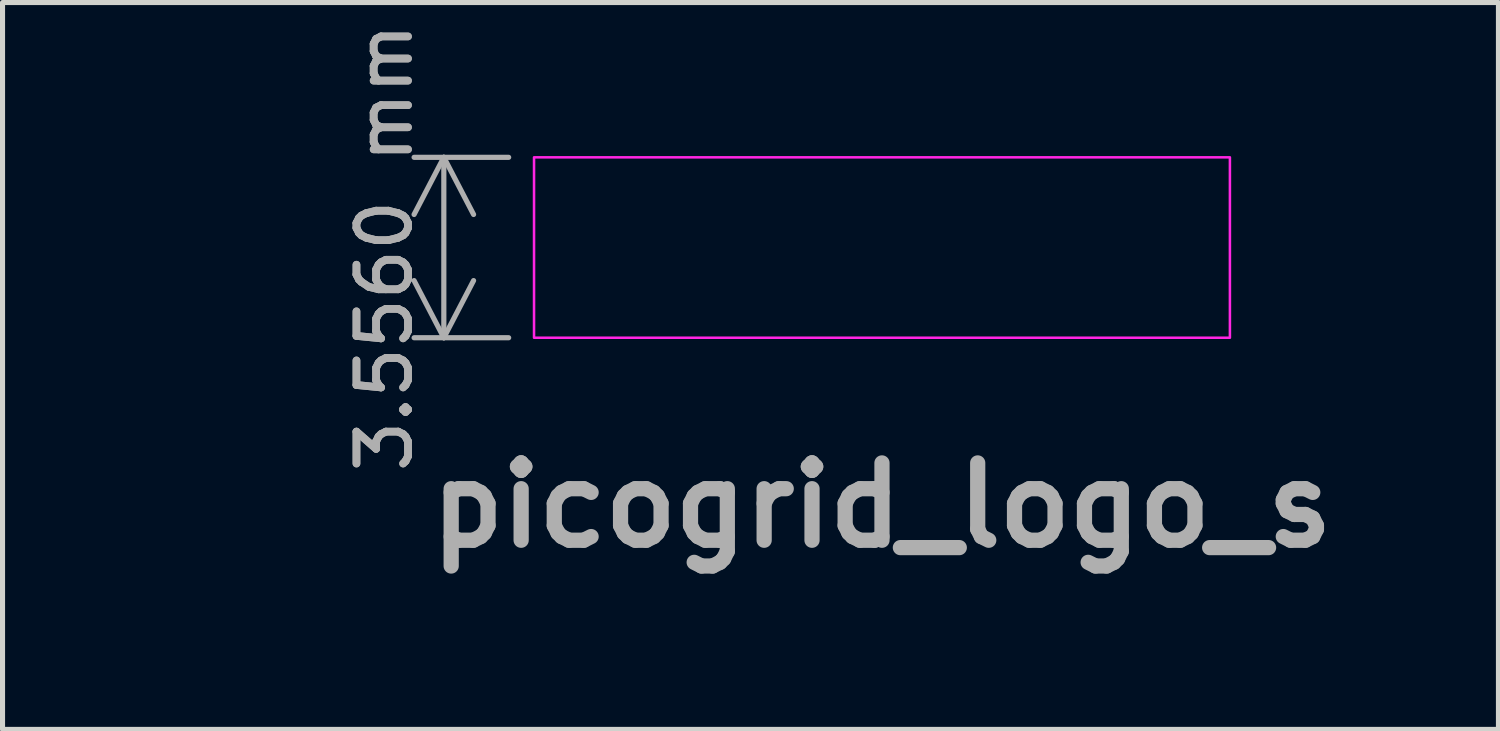
<source format=kicad_pcb>
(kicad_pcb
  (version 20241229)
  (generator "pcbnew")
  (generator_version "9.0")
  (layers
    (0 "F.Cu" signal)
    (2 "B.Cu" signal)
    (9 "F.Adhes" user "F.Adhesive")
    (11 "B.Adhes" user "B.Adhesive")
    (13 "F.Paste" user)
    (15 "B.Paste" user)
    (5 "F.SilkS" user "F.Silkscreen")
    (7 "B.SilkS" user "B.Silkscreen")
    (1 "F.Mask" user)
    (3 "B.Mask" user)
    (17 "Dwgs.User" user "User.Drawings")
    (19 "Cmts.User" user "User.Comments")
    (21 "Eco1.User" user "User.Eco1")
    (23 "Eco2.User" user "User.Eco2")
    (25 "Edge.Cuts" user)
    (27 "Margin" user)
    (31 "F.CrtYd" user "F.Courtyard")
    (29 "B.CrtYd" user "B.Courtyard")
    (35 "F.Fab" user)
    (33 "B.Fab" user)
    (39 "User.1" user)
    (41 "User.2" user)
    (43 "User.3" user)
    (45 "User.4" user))
  (footprint "picogrid_logo_s"
    (layer "F.Cu")
    (at 14.334 1.829)
    (property "Reference" "picogrid_logo_s" (at 0 5.08 0) (layer "F.Fab") (effects (font (size 1.524 1.524) (thickness 0.3))))
    (attr board_only exclude_from_pos_files exclude_from_bom)
    (fp_poly (pts (xy -0.772 0) (xy -0.772 0.635) (xy -0.995 0.635) (xy -1.217 0.635) (xy -1.217 0) (xy -1.217 -0.635) (xy -0.995 -0.635) (xy -0.772 -0.635)) (stroke (width 0) (type solid)) (fill yes) (layer "F.Mask"))
    (fp_poly (pts (xy 5.151 -0.006) (xy 5.151 0.63) (xy 4.927 0.63) (xy 4.703 0.63) (xy 4.703 -0.006) (xy 4.703 -0.641) (xy 4.927 -0.641) (xy 5.151 -0.641)) (stroke (width 0) (type solid)) (fill yes) (layer "F.Mask"))
    (fp_poly (pts (xy -0.967 -1.247) (xy -0.925 -1.242) (xy -0.886 -1.232) (xy -0.851 -1.219) (xy -0.819 -1.2) (xy -0.79 -1.177) (xy -0.777 -1.164) (xy -0.757 -1.138) (xy -0.741 -1.11) (xy -0.73 -1.08) (xy -0.724 -1.048) (xy -0.722 -1.016) (xy -0.724 -0.983) (xy -0.731 -0.951) (xy -0.742 -0.92) (xy -0.757 -0.89) (xy -0.777 -0.863) (xy -0.787 -0.852) (xy -0.813 -0.83) (xy -0.843 -0.81) (xy -0.875 -0.795) (xy -0.909 -0.783) (xy -0.91 -0.783) (xy -0.924 -0.78) (xy -0.943 -0.778) (xy -0.964 -0.777) (xy -0.987 -0.776) (xy -1.01 -0.776) (xy -1.031 -0.776) (xy -1.05 -0.778) (xy -1.061 -0.779) (xy -1.098 -0.789) (xy -1.132 -0.802) (xy -1.163 -0.82) (xy -1.19 -0.841) (xy -1.214 -0.865) (xy -1.233 -0.892) (xy -1.249 -0.922) (xy -1.26 -0.954) (xy -1.265 -0.987) (xy -1.266 -1.022) (xy -1.265 -1.038) (xy -1.258 -1.073) (xy -1.246 -1.106) (xy -1.23 -1.136) (xy -1.208 -1.163) (xy -1.181 -1.188) (xy -1.161 -1.203) (xy -1.132 -1.22) (xy -1.1 -1.232) (xy -1.066 -1.241) (xy -1.028 -1.246) (xy -1.011 -1.247)) (stroke (width 0) (type solid)) (fill yes) (layer "F.Mask"))
    (fp_poly (pts (xy 4.941 -1.253) (xy 4.979 -1.25) (xy 5.012 -1.245) (xy 5.042 -1.236) (xy 5.07 -1.225) (xy 5.096 -1.21) (xy 5.097 -1.209) (xy 5.126 -1.187) (xy 5.151 -1.161) (xy 5.171 -1.133) (xy 5.186 -1.102) (xy 5.19 -1.092) (xy 5.193 -1.083) (xy 5.194 -1.075) (xy 5.196 -1.067) (xy 5.197 -1.057) (xy 5.197 -1.045) (xy 5.197 -1.028) (xy 5.197 -1.024) (xy 5.197 -1.002) (xy 5.196 -0.984) (xy 5.194 -0.968) (xy 5.191 -0.954) (xy 5.186 -0.94) (xy 5.179 -0.925) (xy 5.176 -0.919) (xy 5.158 -0.888) (xy 5.136 -0.861) (xy 5.11 -0.837) (xy 5.081 -0.817) (xy 5.048 -0.801) (xy 5.012 -0.79) (xy 4.99 -0.785) (xy 4.974 -0.783) (xy 4.955 -0.782) (xy 4.933 -0.781) (xy 4.911 -0.781) (xy 4.89 -0.782) (xy 4.873 -0.783) (xy 4.864 -0.785) (xy 4.829 -0.793) (xy 4.797 -0.804) (xy 4.769 -0.819) (xy 4.743 -0.837) (xy 4.725 -0.853) (xy 4.701 -0.879) (xy 4.683 -0.905) (xy 4.67 -0.933) (xy 4.661 -0.963) (xy 4.657 -0.997) (xy 4.656 -1.017) (xy 4.658 -1.054) (xy 4.665 -1.087) (xy 4.678 -1.118) (xy 4.695 -1.147) (xy 4.717 -1.174) (xy 4.725 -1.181) (xy 4.753 -1.204) (xy 4.783 -1.223) (xy 4.816 -1.237) (xy 4.851 -1.246) (xy 4.89 -1.252) (xy 4.933 -1.253)) (stroke (width 0) (type solid)) (fill yes) (layer "F.Mask"))
    (fp_poly (pts (xy 4.622 -0.46) (xy 4.622 -0.259) (xy 4.609 -0.261) (xy 4.602 -0.262) (xy 4.591 -0.263) (xy 4.576 -0.263) (xy 4.559 -0.264) (xy 4.541 -0.265) (xy 4.54 -0.265) (xy 4.517 -0.265) (xy 4.498 -0.265) (xy 4.482 -0.265) (xy 4.469 -0.264) (xy 4.456 -0.262) (xy 4.456 -0.262) (xy 4.416 -0.254) (xy 4.378 -0.241) (xy 4.345 -0.224) (xy 4.315 -0.204) (xy 4.289 -0.18) (xy 4.267 -0.152) (xy 4.252 -0.127) (xy 4.244 -0.109) (xy 4.236 -0.087) (xy 4.229 -0.064) (xy 4.224 -0.041) (xy 4.223 -0.036) (xy 4.222 -0.032) (xy 4.222 -0.027) (xy 4.221 -0.021) (xy 4.22 -0.014) (xy 4.22 -0.006) (xy 4.22 0.005) (xy 4.219 0.017) (xy 4.219 0.032) (xy 4.219 0.05) (xy 4.218 0.07) (xy 4.218 0.095) (xy 4.218 0.123) (xy 4.218 0.155) (xy 4.218 0.191) (xy 4.217 0.232) (xy 4.217 0.279) (xy 4.217 0.31) (xy 4.216 0.63) (xy 3.994 0.63) (xy 3.772 0.63) (xy 3.772 -0.006) (xy 3.772 -0.641) (xy 3.984 -0.641) (xy 4.197 -0.641) (xy 4.197 -0.567) (xy 4.197 -0.493) (xy 4.228 -0.525) (xy 4.261 -0.554) (xy 4.295 -0.579) (xy 4.331 -0.6) (xy 4.371 -0.618) (xy 4.382 -0.622) (xy 4.433 -0.639) (xy 4.488 -0.65) (xy 4.544 -0.658) (xy 4.577 -0.659) (xy 4.622 -0.661)) (stroke (width 0) (type solid)) (fill yes) (layer "F.Mask"))
    (fp_poly (pts (xy -1.933 -0.654) (xy -1.91 -0.653) (xy -1.895 -0.652) (xy -1.838 -0.643) (xy -1.783 -0.629) (xy -1.729 -0.61) (xy -1.678 -0.587) (xy -1.63 -0.559) (xy -1.584 -0.527) (xy -1.542 -0.491) (xy -1.504 -0.451) (xy -1.493 -0.438) (xy -1.459 -0.392) (xy -1.43 -0.345) (xy -1.405 -0.295) (xy -1.385 -0.244) (xy -1.369 -0.189) (xy -1.358 -0.132) (xy -1.35 -0.071) (xy -1.348 -0.049) (xy -1.347 0.015) (xy -1.35 0.077) (xy -1.358 0.138) (xy -1.371 0.197) (xy -1.388 0.253) (xy -1.411 0.307) (xy -1.416 0.318) (xy -1.444 0.37) (xy -1.476 0.418) (xy -1.512 0.462) (xy -1.552 0.501) (xy -1.596 0.537) (xy -1.643 0.569) (xy -1.687 0.593) (xy -1.734 0.614) (xy -1.783 0.63) (xy -1.833 0.643) (xy -1.883 0.652) (xy -1.934 0.656) (xy -1.984 0.657) (xy -2.034 0.654) (xy -2.082 0.647) (xy -2.129 0.636) (xy -2.173 0.622) (xy -2.215 0.603) (xy -2.254 0.581) (xy -2.289 0.556) (xy -2.303 0.544) (xy -2.322 0.526) (xy -2.323 0.808) (xy -2.324 1.09) (xy -2.547 1.091) (xy -2.77 1.091) (xy -2.77 0.228) (xy -2.77 -0.013) (xy -2.33 -0.013) (xy -2.329 0.028) (xy -2.325 0.068) (xy -2.316 0.107) (xy -2.304 0.143) (xy -2.299 0.156) (xy -2.28 0.189) (xy -2.257 0.218) (xy -2.231 0.244) (xy -2.201 0.265) (xy -2.169 0.282) (xy -2.134 0.294) (xy -2.108 0.299) (xy -2.093 0.301) (xy -2.074 0.301) (xy -2.053 0.301) (xy -2.032 0.299) (xy -2.012 0.297) (xy -1.996 0.294) (xy -1.995 0.294) (xy -1.963 0.284) (xy -1.934 0.27) (xy -1.906 0.251) (xy -1.885 0.232) (xy -1.862 0.208) (xy -1.843 0.183) (xy -1.828 0.155) (xy -1.816 0.123) (xy -1.808 0.097) (xy -1.805 0.077) (xy -1.802 0.054) (xy -1.8 0.028) (xy -1.799 0.001) (xy -1.799 -0.025) (xy -1.801 -0.049) (xy -1.803 -0.068) (xy -1.812 -0.108) (xy -1.826 -0.146) (xy -1.843 -0.18) (xy -1.864 -0.21) (xy -1.889 -0.236) (xy -1.918 -0.258) (xy -1.95 -0.276) (xy -1.985 -0.29) (xy -1.995 -0.293) (xy -2.003 -0.295) (xy -2.011 -0.296) (xy -2.02 -0.297) (xy -2.032 -0.298) (xy -2.047 -0.298) (xy -2.062 -0.298) (xy -2.085 -0.298) (xy -2.105 -0.297) (xy -2.121 -0.295) (xy -2.135 -0.292) (xy -2.148 -0.288) (xy -2.163 -0.283) (xy -2.176 -0.277) (xy -2.209 -0.259) (xy -2.238 -0.236) (xy -2.264 -0.21) (xy -2.285 -0.18) (xy -2.303 -0.146) (xy -2.308 -0.132) (xy -2.32 -0.094) (xy -2.327 -0.054) (xy -2.33 -0.013) (xy -2.77 -0.013) (xy -2.77 -0.635) (xy -2.557 -0.635) (xy -2.345 -0.635) (xy -2.345 -0.573) (xy -2.345 -0.511) (xy -2.318 -0.537) (xy -2.283 -0.566) (xy -2.245 -0.592) (xy -2.204 -0.613) (xy -2.159 -0.63) (xy -2.11 -0.642) (xy -2.058 -0.65) (xy -2.058 -0.65) (xy -2.037 -0.652) (xy -2.012 -0.654) (xy -1.986 -0.654) (xy -1.959 -0.655)) (stroke (width 0) (type solid)) (fill yes) (layer "F.Mask"))
    (fp_poly (pts (xy 6.712 -0.239) (xy 6.712 0.63) (xy 6.5 0.63) (xy 6.287 0.63) (xy 6.287 0.568) (xy 6.287 0.506) (xy 6.26 0.532) (xy 6.226 0.561) (xy 6.189 0.586) (xy 6.15 0.607) (xy 6.106 0.624) (xy 6.059 0.636) (xy 6.008 0.645) (xy 6.002 0.646) (xy 5.99 0.647) (xy 5.974 0.648) (xy 5.955 0.649) (xy 5.936 0.65) (xy 5.916 0.651) (xy 5.897 0.651) (xy 5.882 0.651) (xy 5.87 0.65) (xy 5.869 0.65) (xy 5.808 0.643) (xy 5.75 0.631) (xy 5.694 0.614) (xy 5.641 0.592) (xy 5.591 0.566) (xy 5.568 0.552) (xy 5.522 0.518) (xy 5.479 0.481) (xy 5.44 0.439) (xy 5.405 0.393) (xy 5.374 0.343) (xy 5.352 0.3) (xy 5.331 0.25) (xy 5.315 0.197) (xy 5.302 0.141) (xy 5.294 0.084) (xy 5.289 0.025) (xy 5.289 -0.012) (xy 5.742 -0.012) (xy 5.743 0.028) (xy 5.749 0.067) (xy 5.757 0.105) (xy 5.77 0.141) (xy 5.786 0.173) (xy 5.792 0.183) (xy 5.804 0.2) (xy 5.819 0.217) (xy 5.836 0.233) (xy 5.852 0.247) (xy 5.861 0.253) (xy 5.892 0.271) (xy 5.927 0.284) (xy 5.963 0.293) (xy 6 0.296) (xy 6.037 0.295) (xy 6.045 0.294) (xy 6.082 0.286) (xy 6.114 0.275) (xy 6.145 0.259) (xy 6.172 0.239) (xy 6.189 0.223) (xy 6.213 0.197) (xy 6.232 0.167) (xy 6.247 0.135) (xy 6.259 0.1) (xy 6.267 0.06) (xy 6.271 0.029) (xy 6.272 -0.012) (xy 6.27 -0.053) (xy 6.264 -0.092) (xy 6.254 -0.129) (xy 6.241 -0.163) (xy 6.225 -0.193) (xy 6.224 -0.194) (xy 6.215 -0.207) (xy 6.203 -0.22) (xy 6.19 -0.234) (xy 6.175 -0.248) (xy 6.162 -0.259) (xy 6.15 -0.267) (xy 6.149 -0.268) (xy 6.127 -0.28) (xy 6.102 -0.29) (xy 6.079 -0.298) (xy 6.067 -0.301) (xy 6.049 -0.304) (xy 6.027 -0.305) (xy 6.003 -0.305) (xy 5.98 -0.305) (xy 5.959 -0.302) (xy 5.95 -0.301) (xy 5.913 -0.29) (xy 5.879 -0.275) (xy 5.849 -0.256) (xy 5.822 -0.232) (xy 5.798 -0.203) (xy 5.778 -0.171) (xy 5.774 -0.163) (xy 5.761 -0.129) (xy 5.751 -0.091) (xy 5.744 -0.052) (xy 5.742 -0.012) (xy 5.289 -0.012) (xy 5.289 -0.034) (xy 5.293 -0.094) (xy 5.302 -0.152) (xy 5.314 -0.209) (xy 5.329 -0.258) (xy 5.343 -0.294) (xy 5.361 -0.331) (xy 5.382 -0.369) (xy 5.404 -0.405) (xy 5.428 -0.438) (xy 5.43 -0.44) (xy 5.446 -0.459) (xy 5.465 -0.479) (xy 5.485 -0.499) (xy 5.507 -0.518) (xy 5.527 -0.534) (xy 5.53 -0.537) (xy 5.578 -0.57) (xy 5.629 -0.598) (xy 5.681 -0.62) (xy 5.737 -0.638) (xy 5.795 -0.651) (xy 5.826 -0.656) (xy 5.847 -0.658) (xy 5.871 -0.659) (xy 5.897 -0.66) (xy 5.925 -0.66) (xy 5.952 -0.66) (xy 5.977 -0.659) (xy 5.998 -0.657) (xy 6.002 -0.656) (xy 6.053 -0.647) (xy 6.101 -0.634) (xy 6.145 -0.617) (xy 6.186 -0.595) (xy 6.224 -0.568) (xy 6.244 -0.552) (xy 6.265 -0.534) (xy 6.265 -0.821) (xy 6.265 -1.108) (xy 6.489 -1.108) (xy 6.712 -1.108)) (stroke (width 0) (type solid)) (fill yes) (layer "F.Mask"))
    (fp_poly (pts (xy 1.439 -0.654) (xy 1.482 -0.652) (xy 1.521 -0.65) (xy 1.557 -0.645) (xy 1.591 -0.639) (xy 1.625 -0.631) (xy 1.661 -0.621) (xy 1.684 -0.614) (xy 1.74 -0.593) (xy 1.793 -0.568) (xy 1.843 -0.539) (xy 1.89 -0.507) (xy 1.933 -0.471) (xy 1.972 -0.432) (xy 1.993 -0.407) (xy 2.028 -0.36) (xy 2.058 -0.311) (xy 2.082 -0.259) (xy 2.102 -0.206) (xy 2.111 -0.172) (xy 2.117 -0.146) (xy 2.122 -0.123) (xy 2.126 -0.1) (xy 2.128 -0.077) (xy 2.13 -0.053) (xy 2.13 -0.025) (xy 2.13 -0.001) (xy 2.13 0.03) (xy 2.129 0.056) (xy 2.128 0.08) (xy 2.125 0.103) (xy 2.121 0.126) (xy 2.116 0.15) (xy 2.111 0.169) (xy 2.094 0.225) (xy 2.072 0.279) (xy 2.046 0.33) (xy 2.014 0.378) (xy 1.978 0.423) (xy 1.938 0.465) (xy 1.893 0.504) (xy 1.862 0.527) (xy 1.811 0.559) (xy 1.757 0.586) (xy 1.7 0.609) (xy 1.64 0.628) (xy 1.578 0.642) (xy 1.514 0.652) (xy 1.448 0.657) (xy 1.381 0.657) (xy 1.343 0.654) (xy 1.279 0.647) (xy 1.217 0.635) (xy 1.157 0.618) (xy 1.099 0.596) (xy 1.044 0.571) (xy 0.992 0.541) (xy 0.943 0.507) (xy 0.898 0.469) (xy 0.88 0.452) (xy 0.841 0.409) (xy 0.806 0.363) (xy 0.776 0.314) (xy 0.75 0.261) (xy 0.73 0.207) (xy 0.714 0.149) (xy 0.703 0.09) (xy 0.702 0.083) (xy 0.701 0.067) (xy 0.699 0.047) (xy 0.699 0.024) (xy 0.699 -0.000258) (xy 0.699 -0.019) (xy 1.149 -0.019) (xy 1.149 0.021) (xy 1.153 0.061) (xy 1.161 0.099) (xy 1.171 0.135) (xy 1.185 0.168) (xy 1.194 0.183) (xy 1.203 0.196) (xy 1.216 0.212) (xy 1.231 0.228) (xy 1.246 0.242) (xy 1.261 0.254) (xy 1.264 0.256) (xy 1.289 0.272) (xy 1.318 0.285) (xy 1.349 0.295) (xy 1.378 0.3) (xy 1.393 0.301) (xy 1.411 0.302) (xy 1.431 0.301) (xy 1.449 0.3) (xy 1.462 0.298) (xy 1.499 0.289) (xy 1.533 0.276) (xy 1.564 0.258) (xy 1.591 0.236) (xy 1.616 0.21) (xy 1.637 0.179) (xy 1.654 0.146) (xy 1.667 0.109) (xy 1.674 0.075) (xy 1.679 0.033) (xy 1.681 -0.009) (xy 1.678 -0.051) (xy 1.672 -0.091) (xy 1.669 -0.103) (xy 1.657 -0.139) (xy 1.641 -0.173) (xy 1.62 -0.203) (xy 1.596 -0.23) (xy 1.569 -0.253) (xy 1.539 -0.272) (xy 1.506 -0.286) (xy 1.489 -0.291) (xy 1.474 -0.295) (xy 1.454 -0.297) (xy 1.432 -0.299) (xy 1.41 -0.299) (xy 1.389 -0.299) (xy 1.371 -0.297) (xy 1.366 -0.297) (xy 1.331 -0.288) (xy 1.297 -0.275) (xy 1.266 -0.257) (xy 1.237 -0.234) (xy 1.213 -0.208) (xy 1.191 -0.178) (xy 1.175 -0.145) (xy 1.17 -0.133) (xy 1.159 -0.097) (xy 1.152 -0.058) (xy 1.149 -0.019) (xy 0.699 -0.019) (xy 0.699 -0.024) (xy 0.699 -0.047) (xy 0.7 -0.067) (xy 0.702 -0.083) (xy 0.702 -0.085) (xy 0.712 -0.144) (xy 0.728 -0.202) (xy 0.748 -0.256) (xy 0.773 -0.309) (xy 0.802 -0.358) (xy 0.836 -0.404) (xy 0.874 -0.446) (xy 0.915 -0.486) (xy 0.961 -0.522) (xy 1.011 -0.553) (xy 1.064 -0.581) (xy 1.12 -0.605) (xy 1.179 -0.625) (xy 1.193 -0.628) (xy 1.23 -0.637) (xy 1.267 -0.644) (xy 1.304 -0.649) (xy 1.342 -0.653) (xy 1.383 -0.654) (xy 1.427 -0.654)) (stroke (width 0) (type solid)) (fill yes) (layer "F.Mask"))
    (fp_poly (pts (xy 0.116 -0.653) (xy 0.145 -0.653) (xy 0.168 -0.652) (xy 0.186 -0.651) (xy 0.199 -0.65) (xy 0.261 -0.639) (xy 0.319 -0.624) (xy 0.374 -0.605) (xy 0.425 -0.582) (xy 0.474 -0.554) (xy 0.518 -0.524) (xy 0.536 -0.509) (xy 0.557 -0.49) (xy 0.578 -0.469) (xy 0.598 -0.448) (xy 0.615 -0.427) (xy 0.625 -0.414) (xy 0.632 -0.403) (xy 0.64 -0.39) (xy 0.649 -0.375) (xy 0.657 -0.36) (xy 0.665 -0.346) (xy 0.671 -0.332) (xy 0.677 -0.32) (xy 0.68 -0.312) (xy 0.681 -0.306) (xy 0.681 -0.305) (xy 0.678 -0.304) (xy 0.671 -0.299) (xy 0.659 -0.293) (xy 0.644 -0.286) (xy 0.626 -0.277) (xy 0.606 -0.266) (xy 0.584 -0.255) (xy 0.56 -0.242) (xy 0.535 -0.23) (xy 0.51 -0.217) (xy 0.484 -0.204) (xy 0.46 -0.191) (xy 0.436 -0.179) (xy 0.413 -0.168) (xy 0.393 -0.158) (xy 0.375 -0.149) (xy 0.361 -0.142) (xy 0.349 -0.136) (xy 0.342 -0.133) (xy 0.339 -0.132) (xy 0.337 -0.134) (xy 0.332 -0.14) (xy 0.327 -0.148) (xy 0.326 -0.15) (xy 0.305 -0.184) (xy 0.281 -0.214) (xy 0.254 -0.24) (xy 0.224 -0.262) (xy 0.203 -0.274) (xy 0.186 -0.282) (xy 0.171 -0.288) (xy 0.156 -0.292) (xy 0.14 -0.295) (xy 0.123 -0.297) (xy 0.101 -0.298) (xy 0.083 -0.298) (xy 0.064 -0.298) (xy 0.049 -0.297) (xy 0.038 -0.297) (xy 0.029 -0.296) (xy 0.021 -0.295) (xy 0.013 -0.293) (xy 0.005 -0.29) (xy -0.026 -0.279) (xy -0.053 -0.266) (xy -0.078 -0.251) (xy -0.1 -0.232) (xy -0.109 -0.224) (xy -0.133 -0.196) (xy -0.154 -0.164) (xy -0.169 -0.13) (xy -0.181 -0.092) (xy -0.188 -0.051) (xy -0.19 -0.006) (xy -0.19 -0.002) (xy -0.189 0.034) (xy -0.184 0.07) (xy -0.177 0.104) (xy -0.167 0.135) (xy -0.155 0.162) (xy -0.152 0.167) (xy -0.132 0.198) (xy -0.107 0.226) (xy -0.079 0.25) (xy -0.047 0.27) (xy -0.013 0.285) (xy 0.015 0.294) (xy 0.033 0.297) (xy 0.054 0.3) (xy 0.076 0.301) (xy 0.099 0.301) (xy 0.121 0.3) (xy 0.139 0.297) (xy 0.147 0.296) (xy 0.183 0.284) (xy 0.217 0.267) (xy 0.249 0.246) (xy 0.277 0.219) (xy 0.303 0.188) (xy 0.323 0.157) (xy 0.329 0.146) (xy 0.334 0.138) (xy 0.337 0.133) (xy 0.337 0.132) (xy 0.34 0.133) (xy 0.347 0.136) (xy 0.358 0.142) (xy 0.372 0.149) (xy 0.39 0.158) (xy 0.41 0.168) (xy 0.432 0.179) (xy 0.456 0.191) (xy 0.481 0.204) (xy 0.506 0.216) (xy 0.531 0.229) (xy 0.556 0.242) (xy 0.58 0.254) (xy 0.603 0.266) (xy 0.624 0.276) (xy 0.642 0.286) (xy 0.658 0.294) (xy 0.67 0.3) (xy 0.678 0.304) (xy 0.682 0.307) (xy 0.682 0.307) (xy 0.682 0.31) (xy 0.68 0.317) (xy 0.675 0.327) (xy 0.669 0.339) (xy 0.663 0.352) (xy 0.655 0.366) (xy 0.648 0.378) (xy 0.647 0.38) (xy 0.62 0.421) (xy 0.591 0.458) (xy 0.558 0.492) (xy 0.521 0.523) (xy 0.484 0.549) (xy 0.436 0.578) (xy 0.386 0.602) (xy 0.332 0.621) (xy 0.275 0.637) (xy 0.215 0.648) (xy 0.197 0.651) (xy 0.18 0.652) (xy 0.158 0.654) (xy 0.133 0.655) (xy 0.107 0.656) (xy 0.08 0.656) (xy 0.055 0.656) (xy 0.033 0.656) (xy 0.014 0.655) (xy 0.013 0.655) (xy -0.055 0.646) (xy -0.121 0.634) (xy -0.184 0.616) (xy -0.243 0.594) (xy -0.3 0.567) (xy -0.354 0.536) (xy -0.404 0.5) (xy -0.413 0.493) (xy -0.455 0.456) (xy -0.494 0.414) (xy -0.529 0.369) (xy -0.559 0.32) (xy -0.585 0.269) (xy -0.606 0.216) (xy -0.623 0.161) (xy -0.625 0.15) (xy -0.632 0.118) (xy -0.636 0.086) (xy -0.639 0.053) (xy -0.64 0.018) (xy -0.64 -0.021) (xy -0.637 -0.074) (xy -0.631 -0.123) (xy -0.622 -0.17) (xy -0.609 -0.214) (xy -0.6 -0.239) (xy -0.576 -0.293) (xy -0.547 -0.344) (xy -0.514 -0.391) (xy -0.477 -0.435) (xy -0.435 -0.475) (xy -0.39 -0.512) (xy -0.341 -0.544) (xy -0.288 -0.573) (xy -0.231 -0.598) (xy -0.171 -0.619) (xy -0.118 -0.634) (xy -0.094 -0.639) (xy -0.072 -0.643) (xy -0.051 -0.647) (xy -0.029 -0.649) (xy -0.007 -0.651) (xy 0.018 -0.652) (xy 0.047 -0.653) (xy 0.08 -0.653) (xy 0.083 -0.653)) (stroke (width 0) (type solid)) (fill yes) (layer "F.Mask"))
    (fp_poly (pts (xy 2.846 -0.654) (xy 2.869 -0.653) (xy 2.882 -0.652) (xy 2.934 -0.645) (xy 2.982 -0.634) (xy 3.026 -0.619) (xy 3.068 -0.601) (xy 3.106 -0.578) (xy 3.107 -0.578) (xy 3.119 -0.569) (xy 3.133 -0.557) (xy 3.149 -0.544) (xy 3.164 -0.529) (xy 3.179 -0.515) (xy 3.191 -0.502) (xy 3.199 -0.492) (xy 3.206 -0.483) (xy 3.206 -0.559) (xy 3.206 -0.635) (xy 3.419 -0.635) (xy 3.632 -0.635) (xy 3.631 -0.066) (xy 3.631 -0.000084) (xy 3.631 0.061) (xy 3.631 0.117) (xy 3.631 0.168) (xy 3.631 0.214) (xy 3.63 0.256) (xy 3.63 0.294) (xy 3.63 0.328) (xy 3.63 0.359) (xy 3.63 0.386) (xy 3.63 0.409) (xy 3.629 0.43) (xy 3.629 0.448) (xy 3.629 0.464) (xy 3.629 0.478) (xy 3.628 0.489) (xy 3.628 0.499) (xy 3.628 0.508) (xy 3.627 0.515) (xy 3.627 0.521) (xy 3.626 0.526) (xy 3.626 0.531) (xy 3.625 0.536) (xy 3.624 0.541) (xy 3.624 0.543) (xy 3.614 0.604) (xy 3.6 0.661) (xy 3.584 0.713) (xy 3.564 0.761) (xy 3.542 0.806) (xy 3.516 0.847) (xy 3.486 0.886) (xy 3.452 0.922) (xy 3.448 0.927) (xy 3.406 0.963) (xy 3.36 0.995) (xy 3.311 1.024) (xy 3.257 1.048) (xy 3.2 1.069) (xy 3.138 1.085) (xy 3.073 1.098) (xy 3.004 1.106) (xy 2.986 1.108) (xy 2.972 1.109) (xy 2.955 1.109) (xy 2.934 1.11) (xy 2.911 1.11) (xy 2.886 1.11) (xy 2.862 1.11) (xy 2.839 1.11) (xy 2.818 1.11) (xy 2.801 1.109) (xy 2.792 1.109) (xy 2.727 1.104) (xy 2.662 1.095) (xy 2.599 1.084) (xy 2.537 1.069) (xy 2.479 1.053) (xy 2.424 1.033) (xy 2.372 1.012) (xy 2.343 0.998) (xy 2.329 0.99) (xy 2.314 0.982) (xy 2.299 0.973) (xy 2.286 0.965) (xy 2.274 0.957) (xy 2.264 0.951) (xy 2.258 0.946) (xy 2.256 0.943) (xy 2.256 0.943) (xy 2.258 0.941) (xy 2.261 0.933) (xy 2.267 0.922) (xy 2.275 0.907) (xy 2.285 0.889) (xy 2.296 0.867) (xy 2.308 0.844) (xy 2.321 0.819) (xy 2.335 0.792) (xy 2.336 0.789) (xy 2.35 0.762) (xy 2.364 0.736) (xy 2.376 0.713) (xy 2.387 0.691) (xy 2.397 0.673) (xy 2.405 0.657) (xy 2.411 0.646) (xy 2.415 0.638) (xy 2.417 0.635) (xy 2.417 0.635) (xy 2.42 0.636) (xy 2.426 0.639) (xy 2.435 0.645) (xy 2.444 0.651) (xy 2.455 0.659) (xy 2.47 0.668) (xy 2.487 0.677) (xy 2.505 0.687) (xy 2.514 0.691) (xy 2.569 0.716) (xy 2.627 0.735) (xy 2.688 0.751) (xy 2.749 0.761) (xy 2.81 0.767) (xy 2.871 0.767) (xy 2.887 0.766) (xy 2.935 0.762) (xy 2.978 0.754) (xy 3.016 0.742) (xy 3.051 0.728) (xy 3.081 0.709) (xy 3.107 0.687) (xy 3.13 0.661) (xy 3.149 0.631) (xy 3.162 0.603) (xy 3.171 0.576) (xy 3.178 0.545) (xy 3.183 0.51) (xy 3.186 0.473) (xy 3.187 0.444) (xy 3.187 0.421) (xy 3.162 0.445) (xy 3.129 0.475) (xy 3.094 0.5) (xy 3.055 0.521) (xy 3.012 0.539) (xy 2.966 0.552) (xy 2.916 0.563) (xy 2.907 0.564) (xy 2.888 0.567) (xy 2.864 0.568) (xy 2.838 0.569) (xy 2.81 0.569) (xy 2.782 0.569) (xy 2.756 0.568) (xy 2.732 0.566) (xy 2.714 0.564) (xy 2.653 0.552) (xy 2.596 0.536) (xy 2.541 0.515) (xy 2.489 0.489) (xy 2.44 0.459) (xy 2.395 0.425) (xy 2.354 0.387) (xy 2.316 0.344) (xy 2.309 0.336) (xy 2.277 0.29) (xy 2.25 0.241) (xy 2.227 0.189) (xy 2.209 0.135) (xy 2.196 0.078) (xy 2.193 0.06) (xy 2.191 0.041) (xy 2.189 0.018) (xy 2.188 -0.007) (xy 2.187 -0.034) (xy 2.187 -0.058) (xy 2.638 -0.058) (xy 2.638 -0.026) (xy 2.641 0.006) (xy 2.646 0.026) (xy 2.657 0.06) (xy 2.674 0.091) (xy 2.695 0.12) (xy 2.72 0.145) (xy 2.748 0.167) (xy 2.78 0.186) (xy 2.815 0.2) (xy 2.853 0.21) (xy 2.867 0.213) (xy 2.88 0.214) (xy 2.897 0.214) (xy 2.917 0.214) (xy 2.937 0.213) (xy 2.957 0.212) (xy 2.974 0.21) (xy 2.984 0.209) (xy 3.021 0.198) (xy 3.056 0.183) (xy 3.087 0.164) (xy 3.115 0.14) (xy 3.139 0.113) (xy 3.159 0.083) (xy 3.174 0.05) (xy 3.18 0.032) (xy 3.185 0.009) (xy 3.188 -0.017) (xy 3.189 -0.045) (xy 3.188 -0.073) (xy 3.186 -0.095) (xy 3.177 -0.131) (xy 3.163 -0.164) (xy 3.144 -0.194) (xy 3.121 -0.221) (xy 3.116 -0.226) (xy 3.091 -0.247) (xy 3.065 -0.264) (xy 3.037 -0.278) (xy 3.006 -0.289) (xy 2.999 -0.29) (xy 2.981 -0.294) (xy 2.959 -0.297) (xy 2.935 -0.299) (xy 2.91 -0.299) (xy 2.886 -0.299) (xy 2.866 -0.297) (xy 2.862 -0.297) (xy 2.824 -0.289) (xy 2.788 -0.276) (xy 2.756 -0.259) (xy 2.726 -0.238) (xy 2.701 -0.214) (xy 2.679 -0.187) (xy 2.661 -0.156) (xy 2.648 -0.123) (xy 2.647 -0.119) (xy 2.641 -0.09) (xy 2.638 -0.058) (xy 2.187 -0.058) (xy 2.187 -0.06) (xy 2.187 -0.085) (xy 2.188 -0.107) (xy 2.19 -0.126) (xy 2.19 -0.129) (xy 2.2 -0.184) (xy 2.213 -0.235) (xy 2.23 -0.283) (xy 2.25 -0.328) (xy 2.275 -0.371) (xy 2.304 -0.414) (xy 2.34 -0.457) (xy 2.38 -0.497) (xy 2.423 -0.532) (xy 2.47 -0.564) (xy 2.52 -0.591) (xy 2.574 -0.614) (xy 2.63 -0.632) (xy 2.689 -0.645) (xy 2.696 -0.647) (xy 2.715 -0.649) (xy 2.738 -0.651) (xy 2.765 -0.653) (xy 2.792 -0.654) (xy 2.82 -0.655)) (stroke (width 0) (type solid)) (fill yes) (layer "F.Mask"))
    (fp_poly (pts (xy -5.151 -1.776) (xy -5.129 -1.772) (xy -5.116 -1.768) (xy -5.112 -1.766) (xy -5.104 -1.761) (xy -5.092 -1.754) (xy -5.075 -1.745) (xy -5.055 -1.733) (xy -5.031 -1.719) (xy -5.003 -1.703) (xy -4.972 -1.685) (xy -4.938 -1.666) (xy -4.902 -1.645) (xy -4.863 -1.622) (xy -4.821 -1.598) (xy -4.778 -1.573) (xy -4.733 -1.547) (xy -4.686 -1.52) (xy -4.638 -1.492) (xy -4.588 -1.463) (xy -4.538 -1.434) (xy -4.487 -1.404) (xy -4.436 -1.375) (xy -4.385 -1.345) (xy -4.333 -1.315) (xy -4.282 -1.285) (xy -4.232 -1.256) (xy -4.182 -1.227) (xy -4.133 -1.198) (xy -4.085 -1.171) (xy -4.039 -1.144) (xy -3.994 -1.118) (xy -3.952 -1.093) (xy -3.911 -1.069) (xy -3.873 -1.047) (xy -3.837 -1.026) (xy -3.804 -1.007) (xy -3.775 -0.989) (xy -3.748 -0.974) (xy -3.725 -0.961) (xy -3.706 -0.949) (xy -3.691 -0.94) (xy -3.68 -0.934) (xy -3.674 -0.93) (xy -3.672 -0.929) (xy -3.659 -0.919) (xy -3.649 -0.907) (xy -3.638 -0.892) (xy -3.636 -0.889) (xy -3.635 -0.886) (xy -3.633 -0.884) (xy -3.631 -0.881) (xy -3.63 -0.879) (xy -3.629 -0.877) (xy -3.627 -0.874) (xy -3.626 -0.871) (xy -3.625 -0.867) (xy -3.624 -0.862) (xy -3.623 -0.856) (xy -3.623 -0.848) (xy -3.622 -0.839) (xy -3.621 -0.829) (xy -3.621 -0.816) (xy -3.62 -0.802) (xy -3.62 -0.785) (xy -3.619 -0.766) (xy -3.619 -0.744) (xy -3.619 -0.719) (xy -3.618 -0.692) (xy -3.618 -0.661) (xy -3.618 -0.627) (xy -3.618 -0.589) (xy -3.618 -0.547) (xy -3.618 -0.502) (xy -3.618 -0.452) (xy -3.618 -0.398) (xy -3.618 -0.339) (xy -3.618 -0.276) (xy -3.618 -0.208) (xy -3.618 -0.134) (xy -3.618 -0.056) (xy -3.618 -0.001) (xy -3.618 0.09) (xy -3.618 0.176) (xy -3.618 0.257) (xy -3.618 0.333) (xy -3.618 0.403) (xy -3.618 0.469) (xy -3.618 0.53) (xy -3.618 0.585) (xy -3.619 0.636) (xy -3.619 0.681) (xy -3.619 0.721) (xy -3.619 0.755) (xy -3.619 0.784) (xy -3.62 0.808) (xy -3.62 0.826) (xy -3.62 0.839) (xy -3.62 0.847) (xy -3.621 0.848) (xy -3.626 0.866) (xy -3.634 0.885) (xy -3.645 0.903) (xy -3.657 0.917) (xy -3.658 0.918) (xy -3.661 0.92) (xy -3.664 0.922) (xy -3.669 0.925) (xy -3.674 0.929) (xy -3.682 0.934) (xy -3.69 0.939) (xy -3.7 0.945) (xy -3.712 0.952) (xy -3.726 0.961) (xy -3.742 0.97) (xy -3.76 0.981) (xy -3.78 0.993) (xy -3.802 1.006) (xy -3.826 1.02) (xy -3.854 1.036) (xy -3.883 1.054) (xy -3.916 1.073) (xy -3.951 1.094) (xy -3.99 1.116) (xy -4.031 1.14) (xy -4.076 1.166) (xy -4.124 1.194) (xy -4.176 1.225) (xy -4.231 1.257) (xy -4.29 1.291) (xy -4.352 1.327) (xy -4.419 1.366) (xy -4.489 1.407) (xy -4.564 1.451) (xy -4.643 1.497) (xy -4.727 1.545) (xy -4.814 1.596) (xy -4.907 1.65) (xy -4.989 1.698) (xy -5.014 1.712) (xy -5.038 1.726) (xy -5.059 1.738) (xy -5.079 1.749) (xy -5.096 1.758) (xy -5.109 1.765) (xy -5.119 1.77) (xy -5.124 1.772) (xy -5.124 1.773) (xy -5.142 1.776) (xy -5.16 1.778) (xy -5.177 1.778) (xy -5.185 1.777) (xy -5.195 1.774) (xy -5.206 1.771) (xy -5.213 1.768) (xy -5.217 1.766) (xy -5.226 1.761) (xy -5.239 1.754) (xy -5.256 1.744) (xy -5.277 1.732) (xy -5.302 1.718) (xy -5.33 1.702) (xy -5.361 1.684) (xy -5.395 1.664) (xy -5.432 1.642) (xy -5.472 1.62) (xy -5.513 1.595) (xy -5.557 1.57) (xy -5.602 1.544) (xy -5.649 1.516) (xy -5.698 1.488) (xy -5.747 1.459) (xy -5.798 1.43) (xy -5.849 1.4) (xy -5.9 1.371) (xy -5.952 1.341) (xy -6.003 1.31) (xy -6.054 1.281) (xy -6.105 1.251) (xy -6.155 1.222) (xy -6.204 1.193) (xy -6.251 1.165) (xy -6.298 1.138) (xy -6.342 1.112) (xy -6.385 1.087) (xy -6.425 1.064) (xy -6.464 1.041) (xy -6.499 1.02) (xy -6.532 1.001) (xy -6.561 0.984) (xy -6.588 0.968) (xy -6.611 0.955) (xy -6.63 0.943) (xy -6.645 0.934) (xy -6.655 0.928) (xy -6.662 0.924) (xy -6.663 0.923) (xy -6.678 0.907) (xy -6.691 0.887) (xy -6.701 0.866) (xy -6.701 0.865) (xy -6.707 0.848) (xy -6.707 0.641) (xy -6.272 0.641) (xy -5.72 0.96) (xy -5.169 1.278) (xy -5.153 1.269) (xy -5.15 1.267) (xy -5.141 1.262) (xy -5.128 1.255) (xy -5.111 1.245) (xy -5.09 1.233) (xy -5.065 1.219) (xy -5.037 1.202) (xy -5.006 1.184) (xy -4.971 1.164) (xy -4.934 1.143) (xy -4.894 1.12) (xy -4.852 1.095) (xy -4.807 1.07) (xy -4.761 1.043) (xy -4.713 1.016) (xy -4.664 0.987) (xy -4.613 0.958) (xy -4.602 0.951) (xy -4.066 0.642) (xy -4.066 0.004) (xy -4.066 -0.634) (xy -4.617 -0.952) (xy -5.169 -1.27) (xy -5.72 -0.952) (xy -6.272 -0.634) (xy -6.272 0.004) (xy -6.272 0.641) (xy -6.707 0.641) (xy -6.707 0.002) (xy -6.707 -0.08) (xy -6.707 -0.156) (xy -6.707 -0.227) (xy -6.707 -0.293) (xy -6.707 -0.354) (xy -6.707 -0.41) (xy -6.707 -0.462) (xy -6.707 -0.51) (xy -6.707 -0.553) (xy -6.707 -0.593) (xy -6.706 -0.629) (xy -6.706 -0.662) (xy -6.706 -0.691) (xy -6.706 -0.717) (xy -6.706 -0.74) (xy -6.706 -0.76) (xy -6.706 -0.778) (xy -6.705 -0.794) (xy -6.705 -0.807) (xy -6.705 -0.818) (xy -6.705 -0.827) (xy -6.704 -0.835) (xy -6.704 -0.842) (xy -6.704 -0.847) (xy -6.703 -0.851) (xy -6.703 -0.854) (xy -6.703 -0.857) (xy -6.702 -0.859) (xy -6.702 -0.861) (xy -6.701 -0.862) (xy -6.691 -0.887) (xy -6.676 -0.909) (xy -6.666 -0.918) (xy -6.663 -0.921) (xy -6.655 -0.926) (xy -6.643 -0.934) (xy -6.626 -0.944) (xy -6.605 -0.956) (xy -6.579 -0.972) (xy -6.549 -0.989) (xy -6.515 -1.01) (xy -6.476 -1.033) (xy -6.432 -1.058) (xy -6.384 -1.087) (xy -6.331 -1.117) (xy -6.274 -1.151) (xy -6.212 -1.187) (xy -6.145 -1.226) (xy -6.073 -1.268) (xy -5.997 -1.313) (xy -5.934 -1.349) (xy -5.862 -1.391) (xy -5.795 -1.43) (xy -5.732 -1.466) (xy -5.674 -1.5) (xy -5.62 -1.532) (xy -5.57 -1.56) (xy -5.524 -1.587) (xy -5.482 -1.612) (xy -5.444 -1.634) (xy -5.409 -1.654) (xy -5.377 -1.672) (xy -5.348 -1.689) (xy -5.322 -1.704) (xy -5.3 -1.717) (xy -5.28 -1.728) (xy -5.262 -1.738) (xy -5.247 -1.746) (xy -5.234 -1.753) (xy -5.223 -1.759) (xy -5.215 -1.764) (xy -5.208 -1.768) (xy -5.202 -1.77) (xy -5.198 -1.772) (xy -5.196 -1.773) (xy -5.196 -1.773) (xy -5.174 -1.776)) (stroke (width 0) (type solid)) (fill yes) (layer "F.Mask"))
    (fp_rect (start -6.858 -1.778) (end 6.858 1.778) (stroke (width 0.05) (type default)) (fill no) (layer "F.CrtYd"))
    (dimension (type aligned) (layer "F.Fab") (pts (xy 7.476 0.051) (xy 7.476 3.607)) (height 1.778) (format (prefix "") (suffix "") (units 3) (units_format 1) (precision 4)) (style (thickness 0.102) (arrow_length 1.27) (text_position_mode 0) (arrow_direction outward) (extension_height 0.586) (extension_offset 0.5) (keep_text_aligned yes)) (gr_text "3.5560 mm" (at 4.53 1.829 90) (layer "F.Fab") (effects (font (size 1.016 1.016) (thickness 0.152))))))
  (gr_rect
    (start -3 -3)
    (end 26.485 11.327)
    (stroke (width 0.1) (type default))
    (fill no)
    (layer "Edge.Cuts")))
</source>
